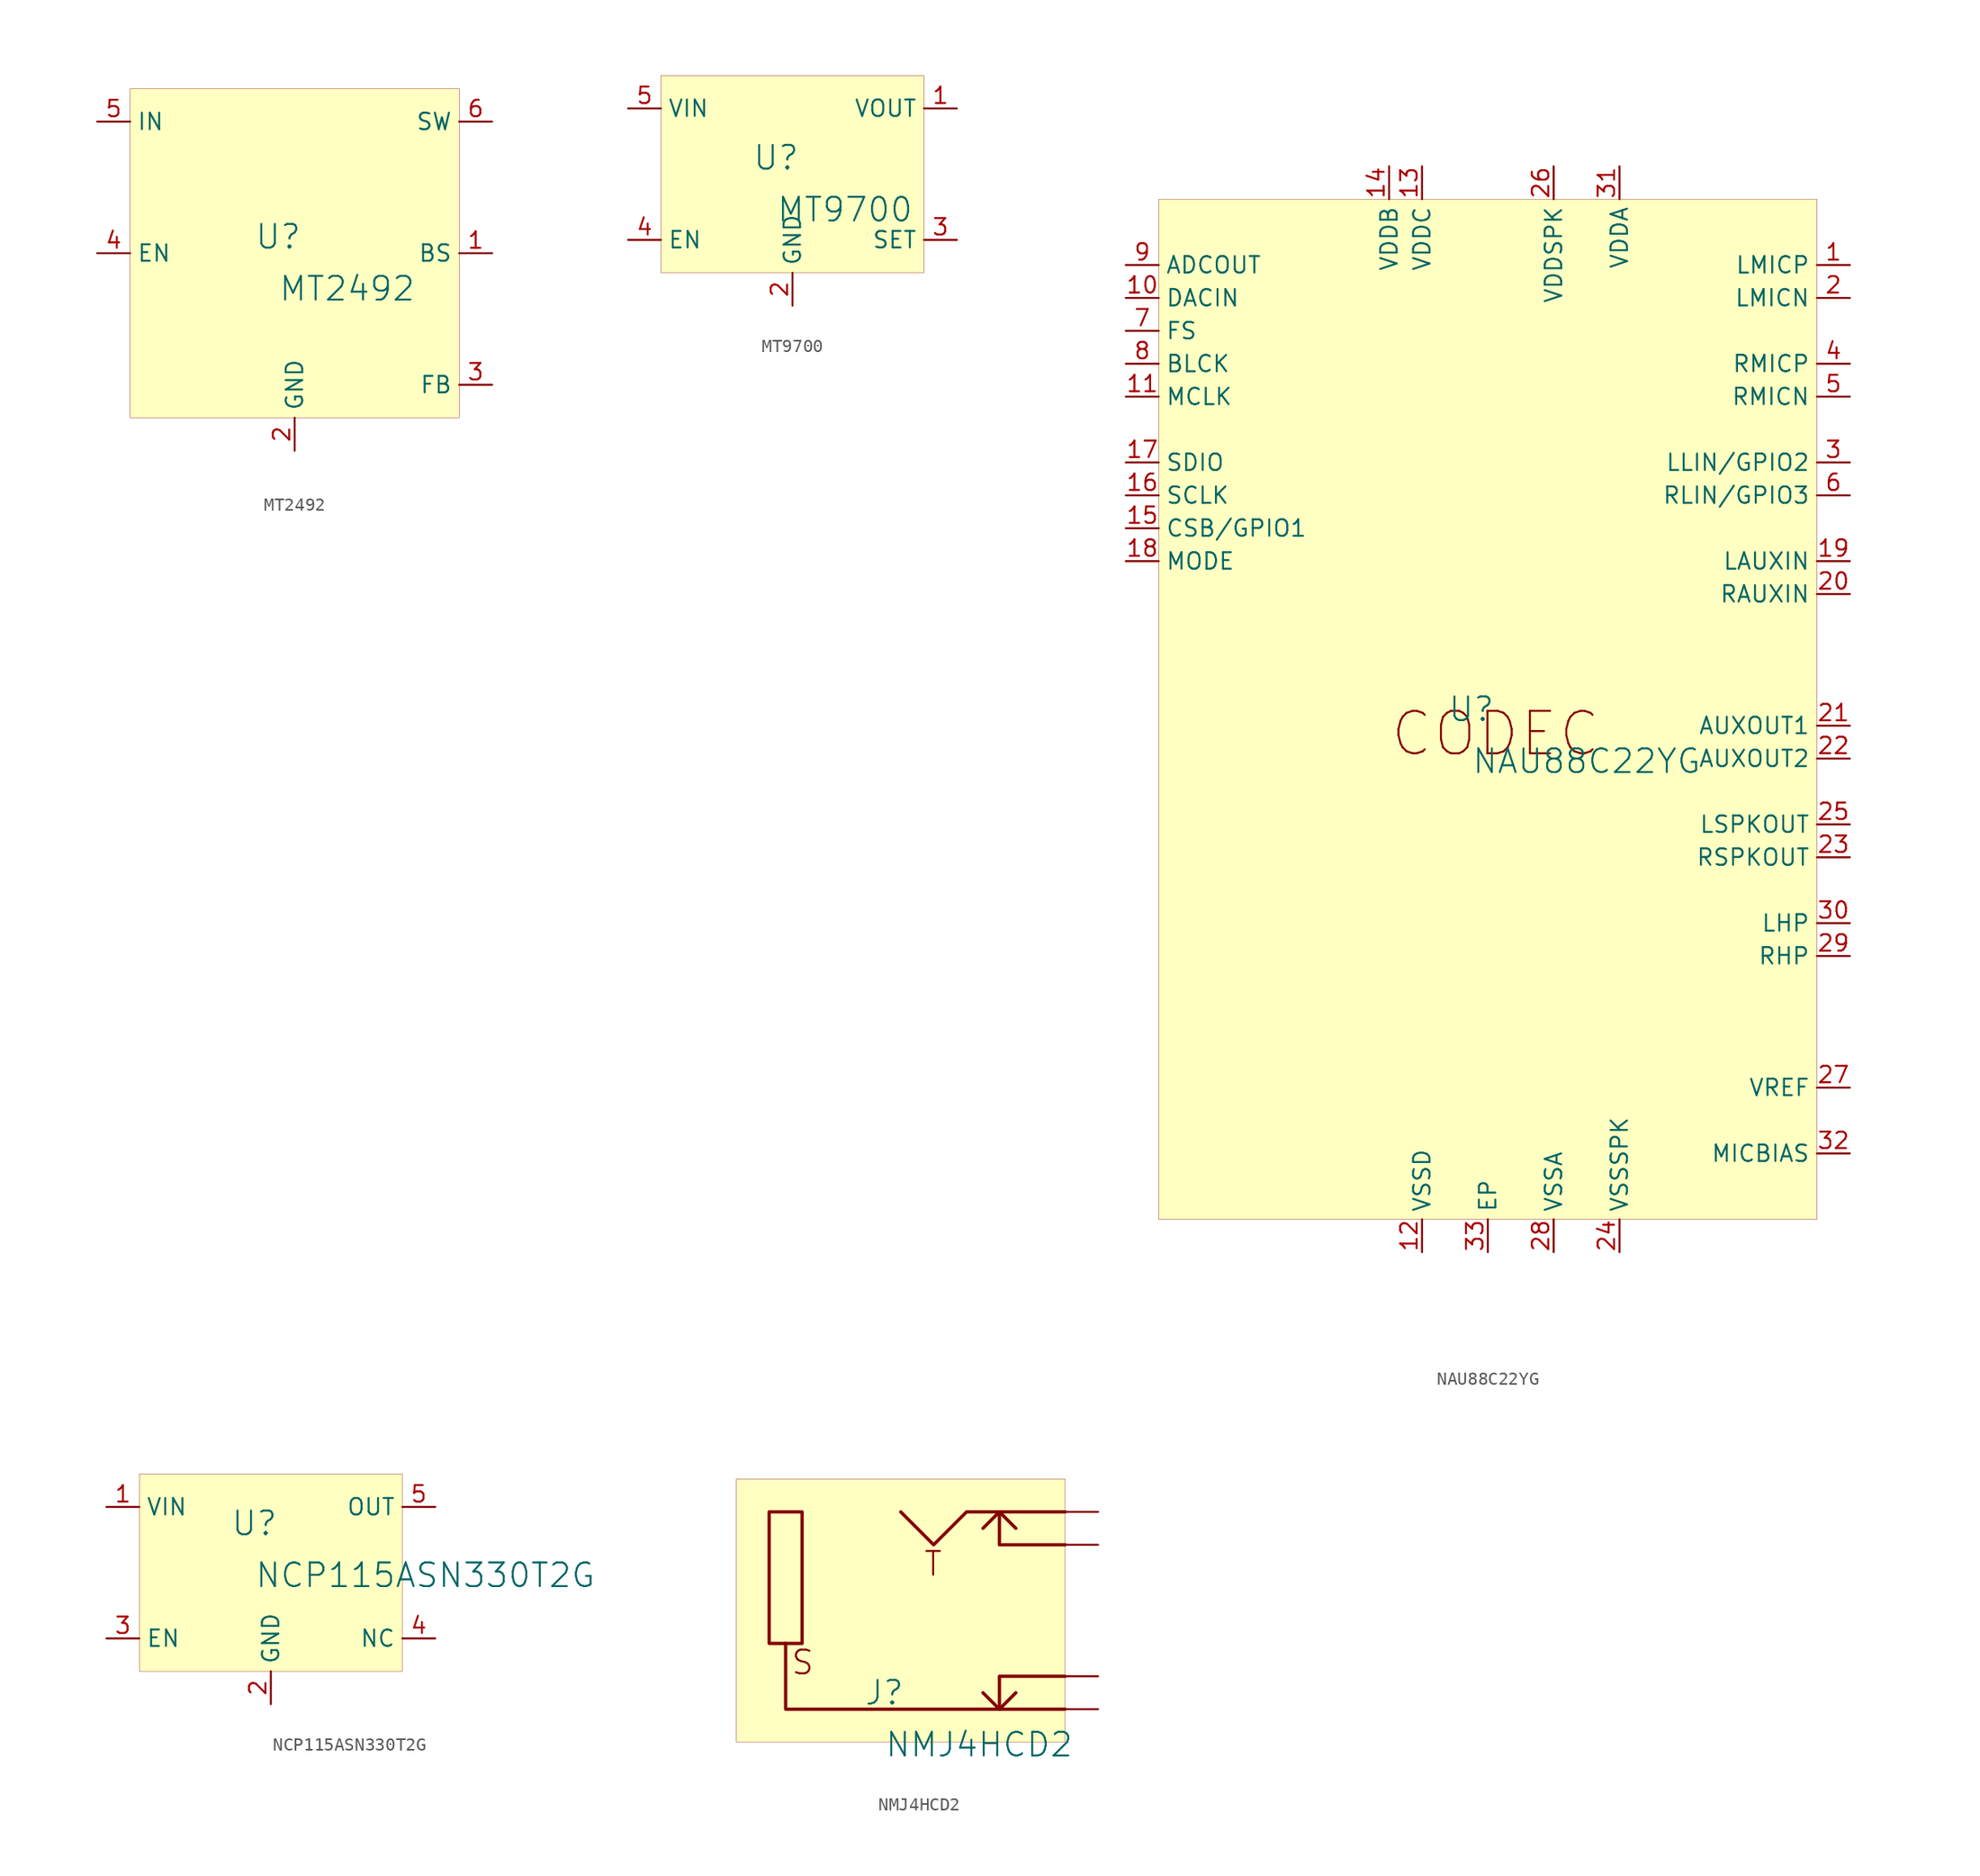
<source format=kicad_sym>
(kicad_symbol_lib
  (version 20231120)
  (generator "kicad_symbol_editor")
  (generator_version "8.0")
  (symbol "MT2492"
    (property "Reference" "U"
      (at -1.27 1.27 0)
      (effects (font (size 1.829 1.829))))
    (property "Value" "MT2492"
      (at -1.27 -3.81 0)
      (effects (font (size 1.829 1.829)) (justify left bottom)))
    (symbol "MT2492_1_0"
      (rectangle (start 12.7 12.7) (end -12.7 -12.7) (stroke (width 0.025) (type solid) (color 128 0 0 1)) (fill (type background)))
      (pin passive line (at 15.24 0 180) (length 2.54) (name "BS" (effects (font (size 1.27 1.27)))) (number "1" (effects (font (size 1.27 1.27)))))
      (pin passive line (at 0 -15.24 90) (length 2.54) (name "GND" (effects (font (size 1.27 1.27)))) (number "2" (effects (font (size 1.27 1.27)))))
      (pin passive line (at 15.24 -10.16 180) (length 2.54) (name "FB" (effects (font (size 1.27 1.27)))) (number "3" (effects (font (size 1.27 1.27)))))
      (pin passive line (at -15.24 0 0) (length 2.54) (name "EN" (effects (font (size 1.27 1.27)))) (number "4" (effects (font (size 1.27 1.27)))))
      (pin passive line (at -15.24 10.16 0) (length 2.54) (name "IN" (effects (font (size 1.27 1.27)))) (number "5" (effects (font (size 1.27 1.27)))))
      (pin passive line (at 15.24 10.16 180) (length 2.54) (name "SW" (effects (font (size 1.27 1.27)))) (number "6" (effects (font (size 1.27 1.27)))))))
  (symbol "MT9700"
    (property "Reference" "U"
      (at -1.27 1.27 0)
      (effects (font (size 1.829 1.829))))
    (property "Value" "MT9700"
      (at -1.27 -3.81 0)
      (effects (font (size 1.829 1.829)) (justify left bottom)))
    (symbol "MT9700_1_0"
      (rectangle (start 10.16 7.62) (end -10.16 -7.62) (stroke (width 0.025) (type solid) (color 128 0 0 1)) (fill (type background)))
      (pin power_in line (at 12.7 5.08 180) (length 2.54) (name "VOUT" (effects (font (size 1.27 1.27)))) (number "1" (effects (font (size 1.27 1.27)))))
      (pin power_in line (at 0 -10.16 90) (length 2.54) (name "GND" (effects (font (size 1.27 1.27)))) (number "2" (effects (font (size 1.27 1.27)))))
      (pin passive line (at 12.7 -5.08 180) (length 2.54) (name "SET" (effects (font (size 1.27 1.27)))) (number "3" (effects (font (size 1.27 1.27)))))
      (pin input line (at -12.7 -5.08 0) (length 2.54) (name "EN" (effects (font (size 1.27 1.27)))) (number "4" (effects (font (size 1.27 1.27)))))
      (pin power_in line (at -12.7 5.08 0) (length 2.54) (name "VIN" (effects (font (size 1.27 1.27)))) (number "5" (effects (font (size 1.27 1.27)))))))
  (symbol "NAU88C22YG"
    (property "Reference" "U"
      (at -1.27 1.27 0)
      (effects (font (size 1.829 1.829))))
    (property "Value" "NAU88C22YG"
      (at -1.27 -3.81 0)
      (effects (font (size 1.829 1.829)) (justify left bottom)))
    (symbol "NAU88C22YG_1_0"
      (rectangle (start 25.4 40.64) (end -25.4 -38.1) (stroke (width 0.025) (type solid) (color 128 0 0 1)) (fill (type background)))
      (text "CODEC" (at -7.62 -2.54 0) (effects (font (size 3.277 3.277)) (justify left bottom)))
      (pin input line (at 27.94 35.56 180) (length 2.54) (name "LMICP" (effects (font (size 1.27 1.27)))) (number "1" (effects (font (size 1.27 1.27)))))
      (pin input line (at -27.94 33.02 0) (length 2.54) (name "DACIN" (effects (font (size 1.27 1.27)))) (number "10" (effects (font (size 1.27 1.27)))))
      (pin input line (at -27.94 25.4 0) (length 2.54) (name "MCLK" (effects (font (size 1.27 1.27)))) (number "11" (effects (font (size 1.27 1.27)))))
      (pin power_in line (at -5.08 -40.64 90) (length 2.54) (name "VSSD" (effects (font (size 1.27 1.27)))) (number "12" (effects (font (size 1.27 1.27)))))
      (pin power_in line (at -5.08 43.18 270) (length 2.54) (name "VDDC" (effects (font (size 1.27 1.27)))) (number "13" (effects (font (size 1.27 1.27)))))
      (pin power_in line (at -7.62 43.18 270) (length 2.54) (name "VDDB" (effects (font (size 1.27 1.27)))) (number "14" (effects (font (size 1.27 1.27)))))
      (pin input line (at -27.94 15.24 0) (length 2.54) (name "CSB/GPIO1" (effects (font (size 1.27 1.27)))) (number "15" (effects (font (size 1.27 1.27)))))
      (pin input line (at -27.94 17.78 0) (length 2.54) (name "SCLK" (effects (font (size 1.27 1.27)))) (number "16" (effects (font (size 1.27 1.27)))))
      (pin bidirectional line (at -27.94 20.32 0) (length 2.54) (name "SDIO" (effects (font (size 1.27 1.27)))) (number "17" (effects (font (size 1.27 1.27)))))
      (pin input line (at -27.94 12.7 0) (length 2.54) (name "MODE" (effects (font (size 1.27 1.27)))) (number "18" (effects (font (size 1.27 1.27)))))
      (pin input line (at 27.94 12.7 180) (length 2.54) (name "LAUXIN" (effects (font (size 1.27 1.27)))) (number "19" (effects (font (size 1.27 1.27)))))
      (pin input line (at 27.94 33.02 180) (length 2.54) (name "LMICN" (effects (font (size 1.27 1.27)))) (number "2" (effects (font (size 1.27 1.27)))))
      (pin input line (at 27.94 10.16 180) (length 2.54) (name "RAUXIN" (effects (font (size 1.27 1.27)))) (number "20" (effects (font (size 1.27 1.27)))))
      (pin output line (at 27.94 0 180) (length 2.54) (name "AUXOUT1" (effects (font (size 1.27 1.27)))) (number "21" (effects (font (size 1.27 1.27)))))
      (pin output line (at 27.94 -2.54 180) (length 2.54) (name "AUXOUT2" (effects (font (size 1.27 1.27)))) (number "22" (effects (font (size 1.27 1.27)))))
      (pin output line (at 27.94 -10.16 180) (length 2.54) (name "RSPKOUT" (effects (font (size 1.27 1.27)))) (number "23" (effects (font (size 1.27 1.27)))))
      (pin power_in line (at 10.16 -40.64 90) (length 2.54) (name "VSSSPK" (effects (font (size 1.27 1.27)))) (number "24" (effects (font (size 1.27 1.27)))))
      (pin output line (at 27.94 -7.62 180) (length 2.54) (name "LSPKOUT" (effects (font (size 1.27 1.27)))) (number "25" (effects (font (size 1.27 1.27)))))
      (pin power_in line (at 5.08 43.18 270) (length 2.54) (name "VDDSPK" (effects (font (size 1.27 1.27)))) (number "26" (effects (font (size 1.27 1.27)))))
      (pin power_in line (at 27.94 -27.94 180) (length 2.54) (name "VREF" (effects (font (size 1.27 1.27)))) (number "27" (effects (font (size 1.27 1.27)))))
      (pin power_in line (at 5.08 -40.64 90) (length 2.54) (name "VSSA" (effects (font (size 1.27 1.27)))) (number "28" (effects (font (size 1.27 1.27)))))
      (pin output line (at 27.94 -17.78 180) (length 2.54) (name "RHP" (effects (font (size 1.27 1.27)))) (number "29" (effects (font (size 1.27 1.27)))))
      (pin input line (at 27.94 20.32 180) (length 2.54) (name "LLIN/GPIO2" (effects (font (size 1.27 1.27)))) (number "3" (effects (font (size 1.27 1.27)))))
      (pin output line (at 27.94 -15.24 180) (length 2.54) (name "LHP" (effects (font (size 1.27 1.27)))) (number "30" (effects (font (size 1.27 1.27)))))
      (pin power_in line (at 10.16 43.18 270) (length 2.54) (name "VDDA" (effects (font (size 1.27 1.27)))) (number "31" (effects (font (size 1.27 1.27)))))
      (pin power_in line (at 27.94 -33.02 180) (length 2.54) (name "MICBIAS" (effects (font (size 1.27 1.27)))) (number "32" (effects (font (size 1.27 1.27)))))
      (pin power_in line (at 0 -40.64 90) (length 2.54) (name "EP" (effects (font (size 1.27 1.27)))) (number "33" (effects (font (size 1.27 1.27)))))
      (pin input line (at 27.94 27.94 180) (length 2.54) (name "RMICP" (effects (font (size 1.27 1.27)))) (number "4" (effects (font (size 1.27 1.27)))))
      (pin input line (at 27.94 25.4 180) (length 2.54) (name "RMICN" (effects (font (size 1.27 1.27)))) (number "5" (effects (font (size 1.27 1.27)))))
      (pin input line (at 27.94 17.78 180) (length 2.54) (name "RLIN/GPIO3" (effects (font (size 1.27 1.27)))) (number "6" (effects (font (size 1.27 1.27)))))
      (pin bidirectional line (at -27.94 30.48 0) (length 2.54) (name "FS" (effects (font (size 1.27 1.27)))) (number "7" (effects (font (size 1.27 1.27)))))
      (pin bidirectional line (at -27.94 27.94 0) (length 2.54) (name "BLCK" (effects (font (size 1.27 1.27)))) (number "8" (effects (font (size 1.27 1.27)))))
      (pin output line (at -27.94 35.56 0) (length 2.54) (name "ADCOUT" (effects (font (size 1.27 1.27)))) (number "9" (effects (font (size 1.27 1.27)))))))
  (symbol "NCP115ASN330T2G"
    (property "Reference" "U"
      (at -1.27 1.27 0)
      (effects (font (size 1.829 1.829))))
    (property "Value" "NCP115ASN330T2G"
      (at -1.27 -3.81 0)
      (effects (font (size 1.829 1.829)) (justify left bottom)))
    (symbol "NCP115ASN330T2G_1_0"
      (rectangle (start 10.16 5.08) (end -10.16 -10.16) (stroke (width 0.025) (type solid) (color 128 0 0 1)) (fill (type background)))
      (pin power_in line (at -12.7 2.54 0) (length 2.54) (name "VIN" (effects (font (size 1.27 1.27)))) (number "1" (effects (font (size 1.27 1.27)))))
      (pin power_in line (at 0 -12.7 90) (length 2.54) (name "GND" (effects (font (size 1.27 1.27)))) (number "2" (effects (font (size 1.27 1.27)))))
      (pin input line (at -12.7 -7.62 0) (length 2.54) (name "EN" (effects (font (size 1.27 1.27)))) (number "3" (effects (font (size 1.27 1.27)))))
      (pin passive line (at 12.7 -7.62 180) (length 2.54) (name "NC" (effects (font (size 1.27 1.27)))) (number "4" (effects (font (size 1.27 1.27)))))
      (pin power_in line (at 12.7 2.54 180) (length 2.54) (name "OUT" (effects (font (size 1.27 1.27)))) (number "5" (effects (font (size 1.27 1.27)))))))
  (symbol "NMJ4HCD2"
    (property "Reference" "J"
      (at -1.27 1.27 0)
      (effects (font (size 1.829 1.829))))
    (property "Value" "NMJ4HCD2"
      (at -1.27 -3.81 0)
      (effects (font (size 1.829 1.829)) (justify left bottom)))
    (symbol "NMJ4HCD2_1_0"
      (polyline (pts (xy 7.62 0) (xy 6.35 1.27)) (stroke (width 0.254) (type solid)) (fill (type none)))
      (polyline (pts (xy 7.62 0) (xy 8.89 1.27)) (stroke (width 0.254) (type solid)) (fill (type none)))
      (polyline (pts (xy 7.62 15.24) (xy 6.35 13.97)) (stroke (width 0.254) (type solid)) (fill (type none)))
      (polyline (pts (xy 7.62 15.24) (xy 8.89 13.97)) (stroke (width 0.254) (type solid)) (fill (type none)))
      (polyline (pts (xy 7.62 15.24) (xy 7.62 12.7) (xy 12.7 12.7)) (stroke (width 0.254) (type solid)) (fill (type none)))
      (polyline (pts (xy 12.7 0) (xy -8.89 0) (xy -8.89 5.08)) (stroke (width 0.254) (type solid)) (fill (type none)))
      (polyline (pts (xy 12.7 2.54) (xy 7.62 2.54) (xy 7.62 0)) (stroke (width 0.254) (type solid)) (fill (type none)))
      (polyline (pts (xy 0 15.24) (xy 2.54 12.7) (xy 5.08 15.24) (xy 12.7 15.24)) (stroke (width 0.254) (type solid)) (fill (type none)))
      (polyline (pts (xy -10.16 10.16) (xy -10.16 15.24) (xy -7.62 15.24) (xy -7.62 5.08) (xy -10.16 5.08) (xy -10.16 10.16)) (stroke (width 0.254) (type solid)) (fill (type none)))
      (rectangle (start 12.7 17.78) (end -12.7 -2.54) (stroke (width 0.025) (type solid) (color 128 0 0 1)) (fill (type background)))
      (text "S" (at -6.604 2.54 0) (effects (font (size 1.829 1.829)) (justify right bottom)))
      (text "T" (at 3.302 10.16 0) (effects (font (size 1.829 1.829)) (justify right bottom)))
      (pin passive line (at 15.24 0 180) (length 2.54) (name "S" (effects (font (size 0 0)))) (number "S" (effects (font (size 0 0)))))
      (pin passive line (at 15.24 2.54 180) (length 2.54) (name "SN" (effects (font (size 0 0)))) (number "SN" (effects (font (size 0 0)))))
      (pin passive line (at 15.24 15.24 180) (length 2.54) (name "T" (effects (font (size 0 0)))) (number "T" (effects (font (size 0 0)))))
      (pin passive line (at 15.24 12.7 180) (length 2.54) (name "TN" (effects (font (size 0 0)))) (number "TN" (effects (font (size 0 0))))))))
</source>
